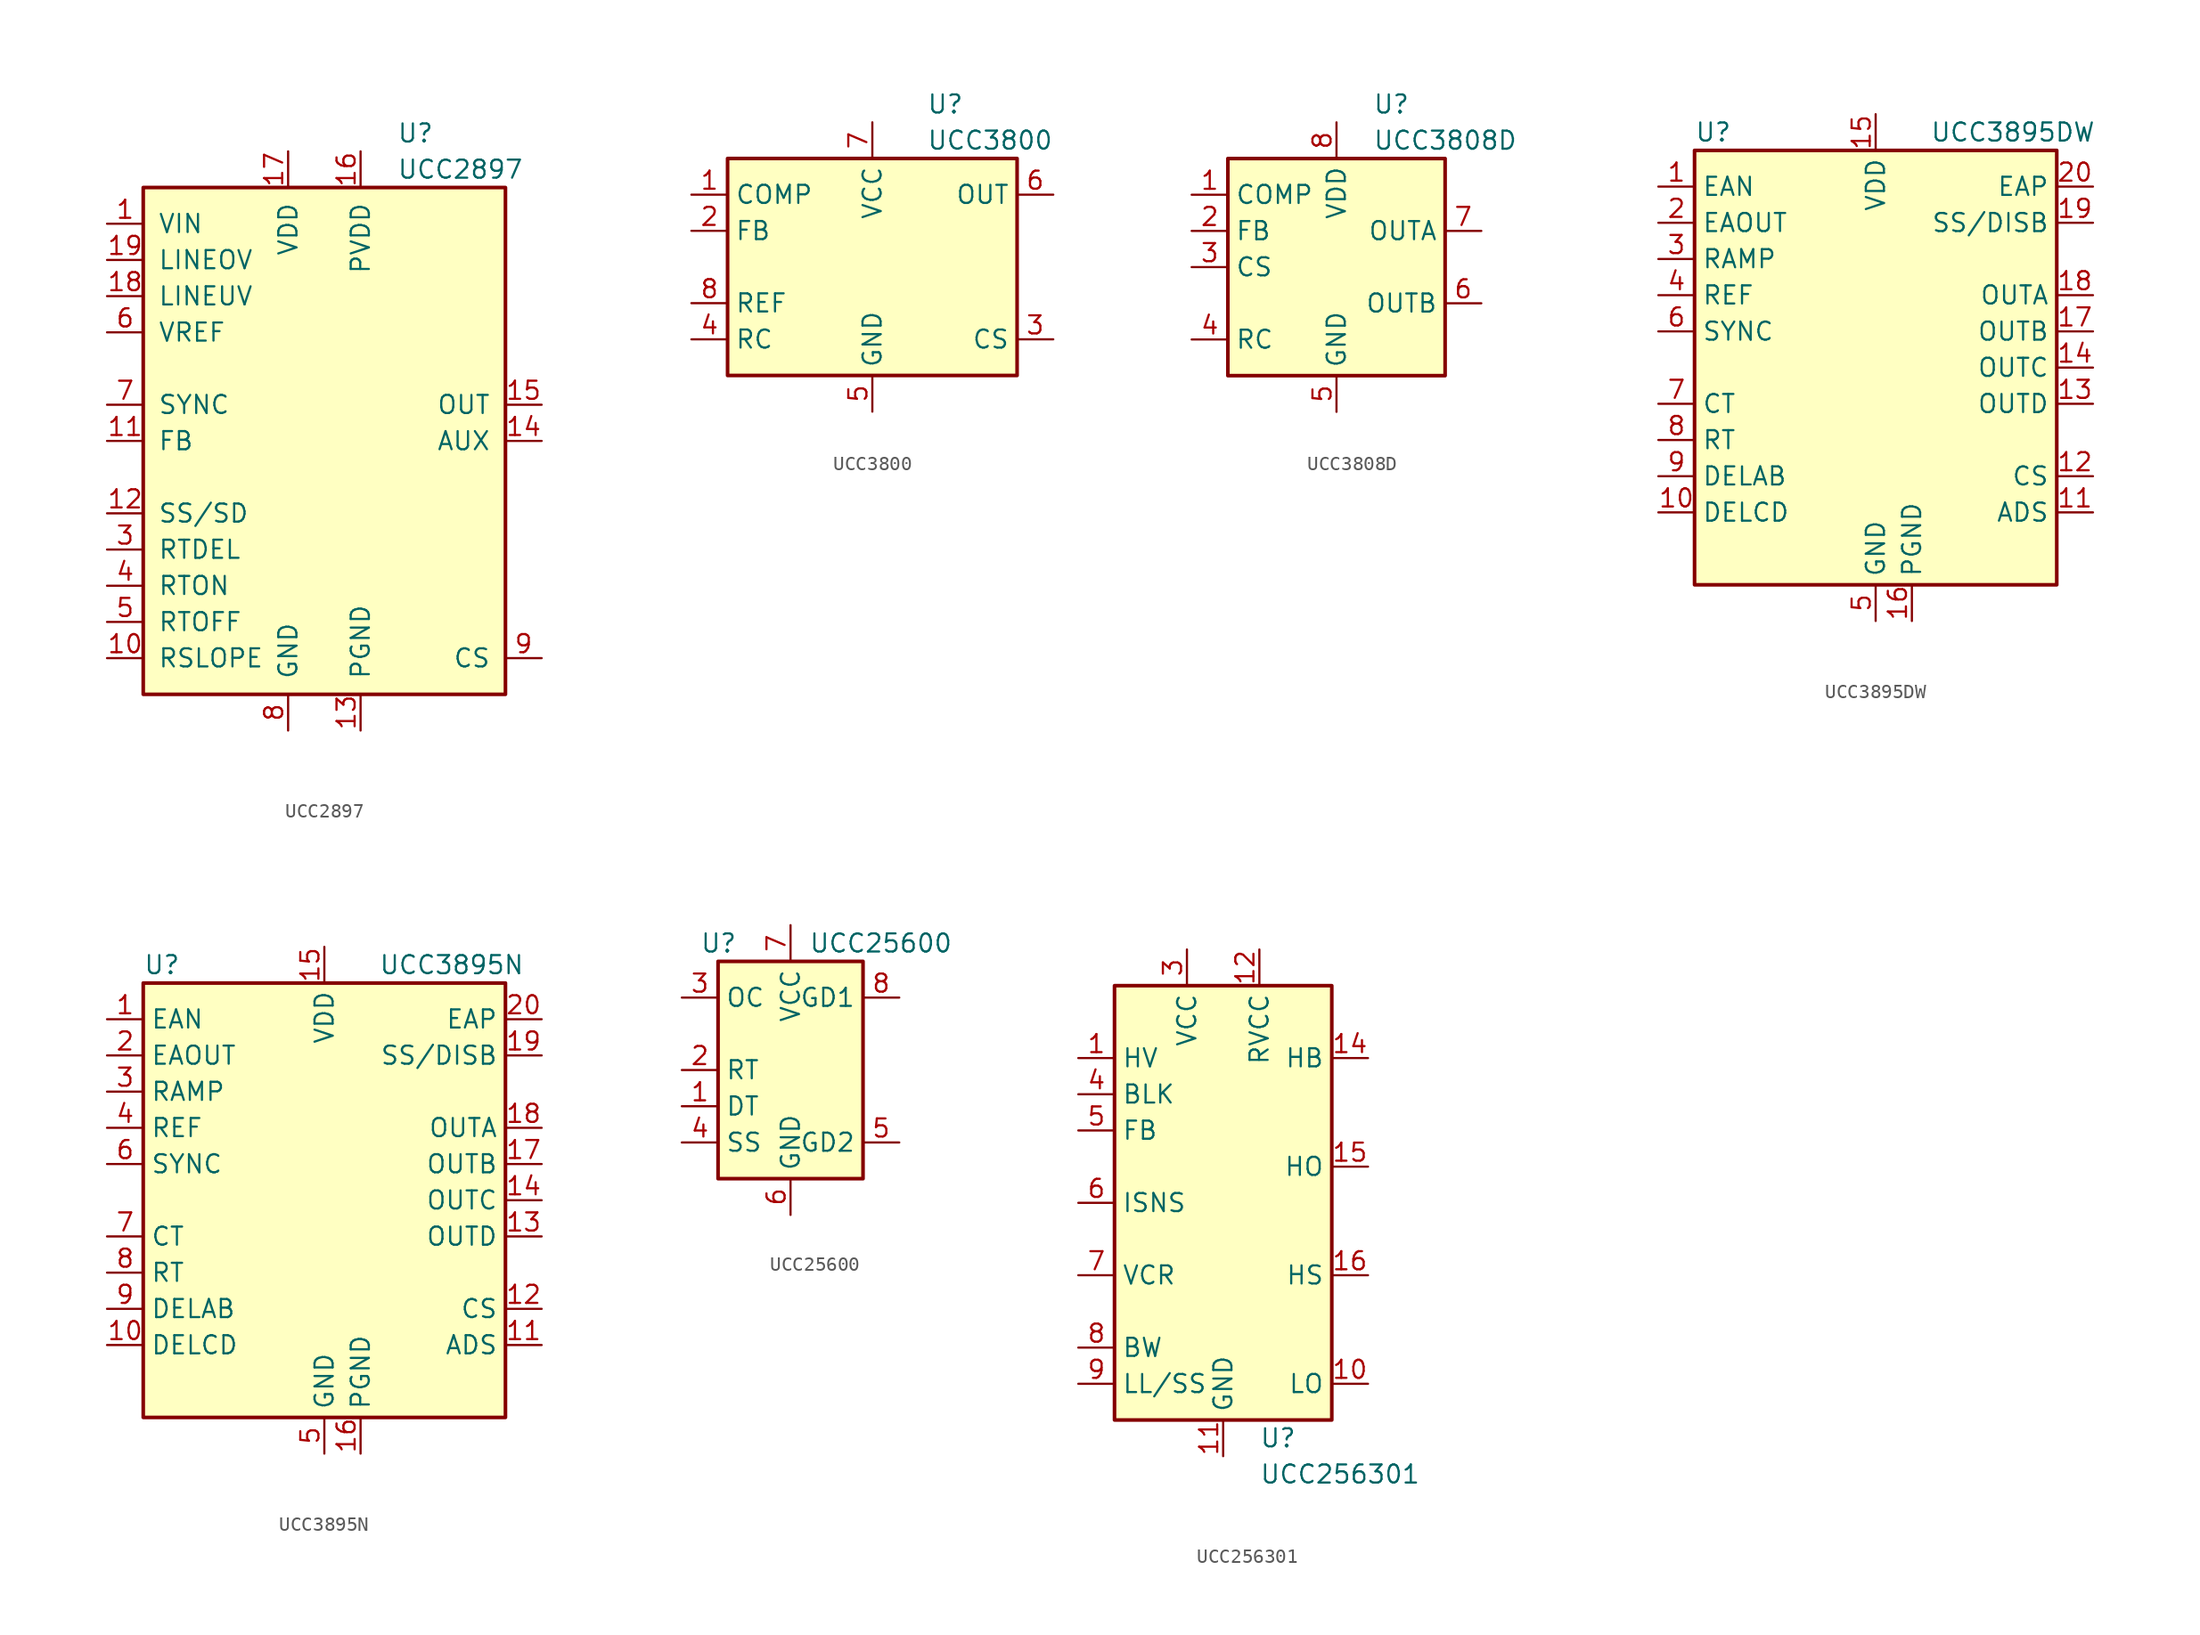
<source format=kicad_sym>
(kicad_symbol_lib
  (version 20211014)
  (generator kicad_symbol_editor)
  (symbol "UCC2897"
    (pin_names
      (offset 1.016))
    (property "Reference" "U"
      (at 5.08 21.59 0)
      (effects (font (size 1.27 1.27)) (justify left)))
    (property "Value" "UCC2897"
      (at 5.08 19.05 0)
      (effects (font (size 1.27 1.27)) (justify left)))
    (symbol "UCC2897_0_1"
      (rectangle (start -12.7 -17.78) (end 12.7 17.78) (stroke (width 0.254) (type default) (color 0 0 0 0)) (fill (type background))))
    (symbol "UCC2897_1_1"
      (pin input line (at -15.24 15.24 0) (length 2.54) (name "VIN" (effects (font (size 1.27 1.27)))) (number "1" (effects (font (size 1.27 1.27)))))
      (pin passive line (at -15.24 -15.24 0) (length 2.54) (name "RSLOPE" (effects (font (size 1.27 1.27)))) (number "10" (effects (font (size 1.27 1.27)))))
      (pin input line (at -15.24 0 0) (length 2.54) (name "FB" (effects (font (size 1.27 1.27)))) (number "11" (effects (font (size 1.27 1.27)))))
      (pin passive line (at -15.24 -5.08 0) (length 2.54) (name "SS/SD" (effects (font (size 1.27 1.27)))) (number "12" (effects (font (size 1.27 1.27)))))
      (pin power_in line (at 2.54 -20.32 90) (length 2.54) (name "PGND" (effects (font (size 1.27 1.27)))) (number "13" (effects (font (size 1.27 1.27)))))
      (pin output line (at 15.24 0 180) (length 2.54) (name "AUX" (effects (font (size 1.27 1.27)))) (number "14" (effects (font (size 1.27 1.27)))))
      (pin output line (at 15.24 2.54 180) (length 2.54) (name "OUT" (effects (font (size 1.27 1.27)))) (number "15" (effects (font (size 1.27 1.27)))))
      (pin power_in line (at 2.54 20.32 270) (length 2.54) (name "PVDD" (effects (font (size 1.27 1.27)))) (number "16" (effects (font (size 1.27 1.27)))))
      (pin power_in line (at -2.54 20.32 270) (length 2.54) (name "VDD" (effects (font (size 1.27 1.27)))) (number "17" (effects (font (size 1.27 1.27)))))
      (pin passive line (at -15.24 10.16 0) (length 2.54) (name "LINEUV" (effects (font (size 1.27 1.27)))) (number "18" (effects (font (size 1.27 1.27)))))
      (pin passive line (at -15.24 12.7 0) (length 2.54) (name "LINEOV" (effects (font (size 1.27 1.27)))) (number "19" (effects (font (size 1.27 1.27)))))
      (pin no_connect line (at 15.24 15.24 180) (length 2.54) hide (name "N/C" (effects (font (size 1.27 1.27)))) (number "2" (effects (font (size 1.27 1.27)))))
      (pin no_connect line (at 15.24 12.7 180) (length 2.54) hide (name "N/C" (effects (font (size 1.27 1.27)))) (number "20" (effects (font (size 1.27 1.27)))))
      (pin passive line (at -15.24 -7.62 0) (length 2.54) (name "RTDEL" (effects (font (size 1.27 1.27)))) (number "3" (effects (font (size 1.27 1.27)))))
      (pin passive line (at -15.24 -10.16 0) (length 2.54) (name "RTON" (effects (font (size 1.27 1.27)))) (number "4" (effects (font (size 1.27 1.27)))))
      (pin passive line (at -15.24 -12.7 0) (length 2.54) (name "RTOFF" (effects (font (size 1.27 1.27)))) (number "5" (effects (font (size 1.27 1.27)))))
      (pin output line (at -15.24 7.62 0) (length 2.54) (name "VREF" (effects (font (size 1.27 1.27)))) (number "6" (effects (font (size 1.27 1.27)))))
      (pin input line (at -15.24 2.54 0) (length 2.54) (name "SYNC" (effects (font (size 1.27 1.27)))) (number "7" (effects (font (size 1.27 1.27)))))
      (pin power_in line (at -2.54 -20.32 90) (length 2.54) (name "GND" (effects (font (size 1.27 1.27)))) (number "8" (effects (font (size 1.27 1.27)))))
      (pin input line (at 15.24 -15.24 180) (length 2.54) (name "CS" (effects (font (size 1.27 1.27)))) (number "9" (effects (font (size 1.27 1.27)))))))
  (symbol "UCC3800"
    (property "Reference" "U"
      (at 3.81 11.43 0)
      (effects (font (size 1.27 1.27)) (justify left)))
    (property "Value" "UCC3800"
      (at 3.81 8.89 0)
      (effects (font (size 1.27 1.27)) (justify left)))
    (symbol "UCC3800_0_1"
      (rectangle (start -10.16 -7.62) (end 10.16 7.62) (stroke (width 0.254) (type default) (color 0 0 0 0)) (fill (type background))))
    (symbol "UCC3800_1_1"
      (pin passive line (at -12.7 5.08 0) (length 2.54) (name "COMP" (effects (font (size 1.27 1.27)))) (number "1" (effects (font (size 1.27 1.27)))))
      (pin input line (at -12.7 2.54 0) (length 2.54) (name "FB" (effects (font (size 1.27 1.27)))) (number "2" (effects (font (size 1.27 1.27)))))
      (pin input line (at 12.7 -5.08 180) (length 2.54) (name "CS" (effects (font (size 1.27 1.27)))) (number "3" (effects (font (size 1.27 1.27)))))
      (pin passive line (at -12.7 -5.08 0) (length 2.54) (name "RC" (effects (font (size 1.27 1.27)))) (number "4" (effects (font (size 1.27 1.27)))))
      (pin power_in line (at 0 -10.16 90) (length 2.54) (name "GND" (effects (font (size 1.27 1.27)))) (number "5" (effects (font (size 1.27 1.27)))))
      (pin output line (at 12.7 5.08 180) (length 2.54) (name "OUT" (effects (font (size 1.27 1.27)))) (number "6" (effects (font (size 1.27 1.27)))))
      (pin power_in line (at 0 10.16 270) (length 2.54) (name "VCC" (effects (font (size 1.27 1.27)))) (number "7" (effects (font (size 1.27 1.27)))))
      (pin power_in line (at -12.7 -2.54 0) (length 2.54) (name "REF" (effects (font (size 1.27 1.27)))) (number "8" (effects (font (size 1.27 1.27)))))))
  (symbol "UCC3808D"
    (property "Reference" "U"
      (at 2.54 11.43 0)
      (effects (font (size 1.27 1.27)) (justify left)))
    (property "Value" "UCC3808D"
      (at 2.54 8.89 0)
      (effects (font (size 1.27 1.27)) (justify left)))
    (symbol "UCC3808D_0_1"
      (rectangle (start -7.62 -7.62) (end 7.62 7.62) (stroke (width 0.254) (type default) (color 0 0 0 0)) (fill (type background))))
    (symbol "UCC3808D_1_1"
      (pin passive line (at -10.16 5.08 0) (length 2.54) (name "COMP" (effects (font (size 1.27 1.27)))) (number "1" (effects (font (size 1.27 1.27)))))
      (pin input line (at -10.16 2.54 0) (length 2.54) (name "FB" (effects (font (size 1.27 1.27)))) (number "2" (effects (font (size 1.27 1.27)))))
      (pin input line (at -10.16 0 0) (length 2.54) (name "CS" (effects (font (size 1.27 1.27)))) (number "3" (effects (font (size 1.27 1.27)))))
      (pin passive line (at -10.16 -5.08 0) (length 2.54) (name "RC" (effects (font (size 1.27 1.27)))) (number "4" (effects (font (size 1.27 1.27)))))
      (pin power_in line (at 0 -10.16 90) (length 2.54) (name "GND" (effects (font (size 1.27 1.27)))) (number "5" (effects (font (size 1.27 1.27)))))
      (pin output line (at 10.16 -2.54 180) (length 2.54) (name "OUTB" (effects (font (size 1.27 1.27)))) (number "6" (effects (font (size 1.27 1.27)))))
      (pin output line (at 10.16 2.54 180) (length 2.54) (name "OUTA" (effects (font (size 1.27 1.27)))) (number "7" (effects (font (size 1.27 1.27)))))
      (pin power_in line (at 0 10.16 270) (length 2.54) (name "VDD" (effects (font (size 1.27 1.27)))) (number "8" (effects (font (size 1.27 1.27)))))))
  (symbol "UCC3895DW"
    (property "Reference" "U"
      (at -12.7 16.51 0)
      (effects (font (size 1.27 1.27)) (justify left)))
    (property "Value" "UCC3895DW"
      (at 3.81 16.51 0)
      (effects (font (size 1.27 1.27)) (justify left)))
    (symbol "UCC3895DW_0_1"
      (rectangle (start -12.7 15.24) (end 12.7 -15.24) (stroke (width 0.254) (type default) (color 0 0 0 0)) (fill (type background))))
    (symbol "UCC3895DW_1_1"
      (pin input line (at -15.24 12.7 0) (length 2.54) (name "EAN" (effects (font (size 1.27 1.27)))) (number "1" (effects (font (size 1.27 1.27)))))
      (pin passive line (at -15.24 -10.16 0) (length 2.54) (name "DELCD" (effects (font (size 1.27 1.27)))) (number "10" (effects (font (size 1.27 1.27)))))
      (pin input line (at 15.24 -10.16 180) (length 2.54) (name "ADS" (effects (font (size 1.27 1.27)))) (number "11" (effects (font (size 1.27 1.27)))))
      (pin input line (at 15.24 -7.62 180) (length 2.54) (name "CS" (effects (font (size 1.27 1.27)))) (number "12" (effects (font (size 1.27 1.27)))))
      (pin output line (at 15.24 -2.54 180) (length 2.54) (name "OUTD" (effects (font (size 1.27 1.27)))) (number "13" (effects (font (size 1.27 1.27)))))
      (pin output line (at 15.24 0 180) (length 2.54) (name "OUTC" (effects (font (size 1.27 1.27)))) (number "14" (effects (font (size 1.27 1.27)))))
      (pin power_in line (at 0 17.78 270) (length 2.54) (name "VDD" (effects (font (size 1.27 1.27)))) (number "15" (effects (font (size 1.27 1.27)))))
      (pin power_in line (at 2.54 -17.78 90) (length 2.54) (name "PGND" (effects (font (size 1.27 1.27)))) (number "16" (effects (font (size 1.27 1.27)))))
      (pin output line (at 15.24 2.54 180) (length 2.54) (name "OUTB" (effects (font (size 1.27 1.27)))) (number "17" (effects (font (size 1.27 1.27)))))
      (pin output line (at 15.24 5.08 180) (length 2.54) (name "OUTA" (effects (font (size 1.27 1.27)))) (number "18" (effects (font (size 1.27 1.27)))))
      (pin passive line (at 15.24 10.16 180) (length 2.54) (name "SS/DISB" (effects (font (size 1.27 1.27)))) (number "19" (effects (font (size 1.27 1.27)))))
      (pin bidirectional line (at -15.24 10.16 0) (length 2.54) (name "EAOUT" (effects (font (size 1.27 1.27)))) (number "2" (effects (font (size 1.27 1.27)))))
      (pin input line (at 15.24 12.7 180) (length 2.54) (name "EAP" (effects (font (size 1.27 1.27)))) (number "20" (effects (font (size 1.27 1.27)))))
      (pin input line (at -15.24 7.62 0) (length 2.54) (name "RAMP" (effects (font (size 1.27 1.27)))) (number "3" (effects (font (size 1.27 1.27)))))
      (pin output line (at -15.24 5.08 0) (length 2.54) (name "REF" (effects (font (size 1.27 1.27)))) (number "4" (effects (font (size 1.27 1.27)))))
      (pin power_in line (at 0 -17.78 90) (length 2.54) (name "GND" (effects (font (size 1.27 1.27)))) (number "5" (effects (font (size 1.27 1.27)))))
      (pin bidirectional line (at -15.24 2.54 0) (length 2.54) (name "SYNC" (effects (font (size 1.27 1.27)))) (number "6" (effects (font (size 1.27 1.27)))))
      (pin passive line (at -15.24 -2.54 0) (length 2.54) (name "CT" (effects (font (size 1.27 1.27)))) (number "7" (effects (font (size 1.27 1.27)))))
      (pin passive line (at -15.24 -5.08 0) (length 2.54) (name "RT" (effects (font (size 1.27 1.27)))) (number "8" (effects (font (size 1.27 1.27)))))
      (pin passive line (at -15.24 -7.62 0) (length 2.54) (name "DELAB" (effects (font (size 1.27 1.27)))) (number "9" (effects (font (size 1.27 1.27)))))))
  (symbol "UCC3895N"
    (property "Reference" "U"
      (at -12.7 16.51 0)
      (effects (font (size 1.27 1.27)) (justify left)))
    (property "Value" "UCC3895N"
      (at 3.81 16.51 0)
      (effects (font (size 1.27 1.27)) (justify left)))
    (symbol "UCC3895N_0_1"
      (rectangle (start -12.7 15.24) (end 12.7 -15.24) (stroke (width 0.254) (type default) (color 0 0 0 0)) (fill (type background))))
    (symbol "UCC3895N_1_1"
      (pin input line (at -15.24 12.7 0) (length 2.54) (name "EAN" (effects (font (size 1.27 1.27)))) (number "1" (effects (font (size 1.27 1.27)))))
      (pin passive line (at -15.24 -10.16 0) (length 2.54) (name "DELCD" (effects (font (size 1.27 1.27)))) (number "10" (effects (font (size 1.27 1.27)))))
      (pin input line (at 15.24 -10.16 180) (length 2.54) (name "ADS" (effects (font (size 1.27 1.27)))) (number "11" (effects (font (size 1.27 1.27)))))
      (pin input line (at 15.24 -7.62 180) (length 2.54) (name "CS" (effects (font (size 1.27 1.27)))) (number "12" (effects (font (size 1.27 1.27)))))
      (pin output line (at 15.24 -2.54 180) (length 2.54) (name "OUTD" (effects (font (size 1.27 1.27)))) (number "13" (effects (font (size 1.27 1.27)))))
      (pin output line (at 15.24 0 180) (length 2.54) (name "OUTC" (effects (font (size 1.27 1.27)))) (number "14" (effects (font (size 1.27 1.27)))))
      (pin power_in line (at 0 17.78 270) (length 2.54) (name "VDD" (effects (font (size 1.27 1.27)))) (number "15" (effects (font (size 1.27 1.27)))))
      (pin power_in line (at 2.54 -17.78 90) (length 2.54) (name "PGND" (effects (font (size 1.27 1.27)))) (number "16" (effects (font (size 1.27 1.27)))))
      (pin output line (at 15.24 2.54 180) (length 2.54) (name "OUTB" (effects (font (size 1.27 1.27)))) (number "17" (effects (font (size 1.27 1.27)))))
      (pin output line (at 15.24 5.08 180) (length 2.54) (name "OUTA" (effects (font (size 1.27 1.27)))) (number "18" (effects (font (size 1.27 1.27)))))
      (pin passive line (at 15.24 10.16 180) (length 2.54) (name "SS/DISB" (effects (font (size 1.27 1.27)))) (number "19" (effects (font (size 1.27 1.27)))))
      (pin bidirectional line (at -15.24 10.16 0) (length 2.54) (name "EAOUT" (effects (font (size 1.27 1.27)))) (number "2" (effects (font (size 1.27 1.27)))))
      (pin input line (at 15.24 12.7 180) (length 2.54) (name "EAP" (effects (font (size 1.27 1.27)))) (number "20" (effects (font (size 1.27 1.27)))))
      (pin input line (at -15.24 7.62 0) (length 2.54) (name "RAMP" (effects (font (size 1.27 1.27)))) (number "3" (effects (font (size 1.27 1.27)))))
      (pin output line (at -15.24 5.08 0) (length 2.54) (name "REF" (effects (font (size 1.27 1.27)))) (number "4" (effects (font (size 1.27 1.27)))))
      (pin power_in line (at 0 -17.78 90) (length 2.54) (name "GND" (effects (font (size 1.27 1.27)))) (number "5" (effects (font (size 1.27 1.27)))))
      (pin bidirectional line (at -15.24 2.54 0) (length 2.54) (name "SYNC" (effects (font (size 1.27 1.27)))) (number "6" (effects (font (size 1.27 1.27)))))
      (pin passive line (at -15.24 -2.54 0) (length 2.54) (name "CT" (effects (font (size 1.27 1.27)))) (number "7" (effects (font (size 1.27 1.27)))))
      (pin passive line (at -15.24 -5.08 0) (length 2.54) (name "RT" (effects (font (size 1.27 1.27)))) (number "8" (effects (font (size 1.27 1.27)))))
      (pin passive line (at -15.24 -7.62 0) (length 2.54) (name "DELAB" (effects (font (size 1.27 1.27)))) (number "9" (effects (font (size 1.27 1.27)))))))
  (symbol "UCC25600"
    (property "Reference" "U"
      (at -6.35 8.89 0)
      (effects (font (size 1.27 1.27)) (justify left)))
    (property "Value" "UCC25600"
      (at 1.27 8.89 0)
      (effects (font (size 1.27 1.27)) (justify left)))
    (symbol "UCC25600_0_0"
      (rectangle (start -5.08 7.62) (end 5.08 -7.62) (stroke (width 0.254) (type default) (color 0 0 0 0)) (fill (type background))))
    (symbol "UCC25600_1_1"
      (pin passive line (at -7.62 -2.54 0) (length 2.54) (name "DT" (effects (font (size 1.27 1.27)))) (number "1" (effects (font (size 1.27 1.27)))))
      (pin input line (at -7.62 0 0) (length 2.54) (name "RT" (effects (font (size 1.27 1.27)))) (number "2" (effects (font (size 1.27 1.27)))))
      (pin input line (at -7.62 5.08 0) (length 2.54) (name "OC" (effects (font (size 1.27 1.27)))) (number "3" (effects (font (size 1.27 1.27)))))
      (pin passive line (at -7.62 -5.08 0) (length 2.54) (name "SS" (effects (font (size 1.27 1.27)))) (number "4" (effects (font (size 1.27 1.27)))))
      (pin output line (at 7.62 -5.08 180) (length 2.54) (name "GD2" (effects (font (size 1.27 1.27)))) (number "5" (effects (font (size 1.27 1.27)))))
      (pin power_in line (at 0 -10.16 90) (length 2.54) (name "GND" (effects (font (size 1.27 1.27)))) (number "6" (effects (font (size 1.27 1.27)))))
      (pin power_in line (at 0 10.16 270) (length 2.54) (name "VCC" (effects (font (size 1.27 1.27)))) (number "7" (effects (font (size 1.27 1.27)))))
      (pin output line (at 7.62 5.08 180) (length 2.54) (name "GD1" (effects (font (size 1.27 1.27)))) (number "8" (effects (font (size 1.27 1.27)))))))
  (symbol "UCC256301"
    (property "Reference" "U"
      (at 2.54 -16.51 0)
      (effects (font (size 1.27 1.27)) (justify left)))
    (property "Value" "UCC256301"
      (at 2.54 -19.05 0)
      (effects (font (size 1.27 1.27)) (justify left)))
    (symbol "UCC256301_0_1"
      (rectangle (start -7.62 15.24) (end 7.62 -15.24) (stroke (width 0.254) (type default) (color 0 0 0 0)) (fill (type background))))
    (symbol "UCC256301_1_1"
      (pin input line (at -10.16 10.16 0) (length 2.54) (name "HV" (effects (font (size 1.27 1.27)))) (number "1" (effects (font (size 1.27 1.27)))))
      (pin output line (at 10.16 -12.7 180) (length 2.54) (name "LO" (effects (font (size 1.27 1.27)))) (number "10" (effects (font (size 1.27 1.27)))))
      (pin power_in line (at 0 -17.78 90) (length 2.54) (name "GND" (effects (font (size 1.27 1.27)))) (number "11" (effects (font (size 1.27 1.27)))))
      (pin power_out line (at 2.54 17.78 270) (length 2.54) (name "RVCC" (effects (font (size 1.27 1.27)))) (number "12" (effects (font (size 1.27 1.27)))))
      (pin input line (at 10.16 10.16 180) (length 2.54) (name "HB" (effects (font (size 1.27 1.27)))) (number "14" (effects (font (size 1.27 1.27)))))
      (pin output line (at 10.16 2.54 180) (length 2.54) (name "HO" (effects (font (size 1.27 1.27)))) (number "15" (effects (font (size 1.27 1.27)))))
      (pin input line (at 10.16 -5.08 180) (length 2.54) (name "HS" (effects (font (size 1.27 1.27)))) (number "16" (effects (font (size 1.27 1.27)))))
      (pin power_in line (at -2.54 17.78 270) (length 2.54) (name "VCC" (effects (font (size 1.27 1.27)))) (number "3" (effects (font (size 1.27 1.27)))))
      (pin input line (at -10.16 7.62 0) (length 2.54) (name "BLK" (effects (font (size 1.27 1.27)))) (number "4" (effects (font (size 1.27 1.27)))))
      (pin input line (at -10.16 5.08 0) (length 2.54) (name "FB" (effects (font (size 1.27 1.27)))) (number "5" (effects (font (size 1.27 1.27)))))
      (pin input line (at -10.16 0 0) (length 2.54) (name "ISNS" (effects (font (size 1.27 1.27)))) (number "6" (effects (font (size 1.27 1.27)))))
      (pin input line (at -10.16 -5.08 0) (length 2.54) (name "VCR" (effects (font (size 1.27 1.27)))) (number "7" (effects (font (size 1.27 1.27)))))
      (pin input line (at -10.16 -10.16 0) (length 2.54) (name "BW" (effects (font (size 1.27 1.27)))) (number "8" (effects (font (size 1.27 1.27)))))
      (pin input line (at -10.16 -12.7 0) (length 2.54) (name "LL/SS" (effects (font (size 1.27 1.27)))) (number "9" (effects (font (size 1.27 1.27))))))))
</source>
